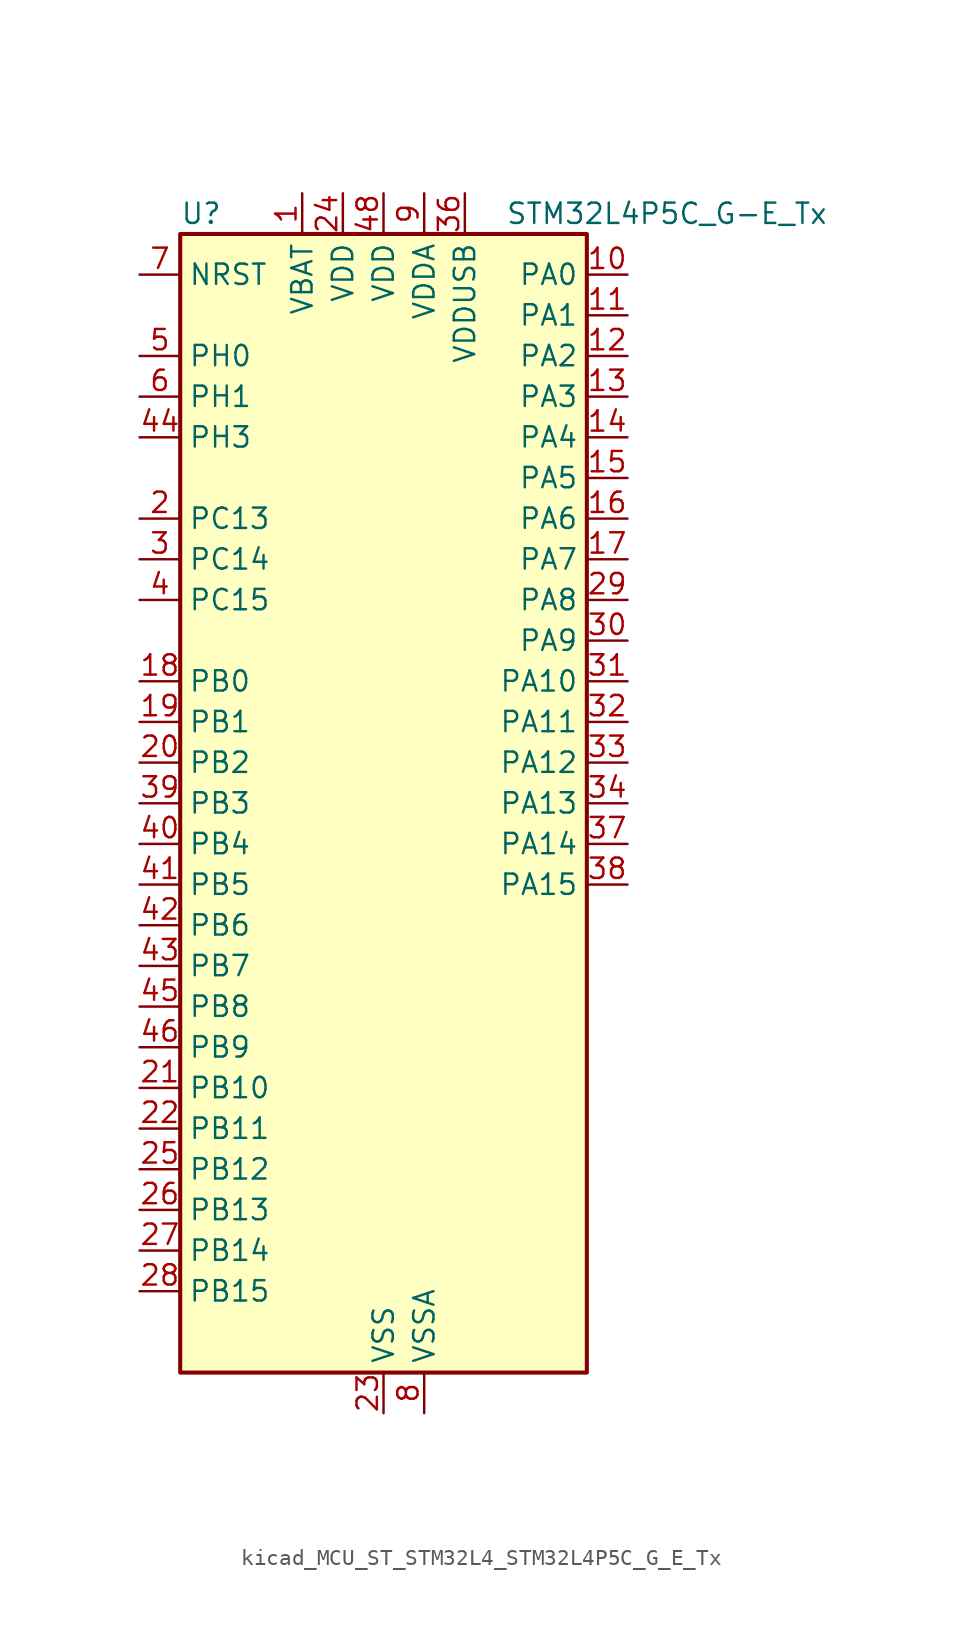
<source format=kicad_sym>
(kicad_symbol_lib
  (version 20220914)
  (generator kicad_symbol_editor)
  (symbol "kicad_MCU_ST_STM32L4_STM32L4P5C_G_E_Tx"
    (property "Reference" "U"
      (at -12.7 36.83 0)
      (effects (font (size 1.27 1.27)) (justify left)))
    (property "Value" "STM32L4P5C_G-E_Tx"
      (at 7.62 36.83 0)
      (effects (font (size 1.27 1.27)) (justify left)))
    (property "ki_locked" ""
      (at 0 0 0)
      (effects (font (size 1.27 1.27))))
    (symbol "kicad_MCU_ST_STM32L4_STM32L4P5C_G_E_Tx_0_1"
      (rectangle (start -12.7 -35.56) (end 12.7 35.56) (stroke (width 0.254) (type default)) (fill (type background))))
    (symbol "kicad_MCU_ST_STM32L4_STM32L4P5C_G_E_Tx_1_1"
      (pin power_in line (at -5.08 38.1 270) (length 2.54) (name "VBAT" (effects (font (size 1.27 1.27)))) (number "1" (effects (font (size 1.27 1.27)))))
      (pin bidirectional line (at 15.24 33.02 180) (length 2.54) (name "PA0" (effects (font (size 1.27 1.27)))) (number "10" (effects (font (size 1.27 1.27)))) (alternate "ADC1_IN5" bidirectional line) (alternate "ADC2_IN5" bidirectional line) (alternate "OPAMP1_VINP" bidirectional line) (alternate "RTC_TAMP2" bidirectional line) (alternate "SAI1_EXTCLK" bidirectional line) (alternate "SYS_WKUP1" bidirectional line) (alternate "TIM2_CH1" bidirectional line) (alternate "TIM2_ETR" bidirectional line) (alternate "TIM5_CH1" bidirectional line) (alternate "TIM8_ETR" bidirectional line) (alternate "UART4_TX" bidirectional line) (alternate "USART2_CTS" bidirectional line) (alternate "USART2_NSS" bidirectional line))
      (pin bidirectional line (at 15.24 30.48 180) (length 2.54) (name "PA1" (effects (font (size 1.27 1.27)))) (number "11" (effects (font (size 1.27 1.27)))) (alternate "ADC1_IN6" bidirectional line) (alternate "ADC2_IN6" bidirectional line) (alternate "I2C1_SMBA" bidirectional line) (alternate "OCTOSPIM_P1_DQS" bidirectional line) (alternate "OPAMP1_VINM" bidirectional line) (alternate "SDMMC2_CMD" bidirectional line) (alternate "SPI1_SCK" bidirectional line) (alternate "TIM15_CH1N" bidirectional line) (alternate "TIM2_CH2" bidirectional line) (alternate "TIM5_CH2" bidirectional line) (alternate "UART4_RX" bidirectional line) (alternate "USART2_DE" bidirectional line) (alternate "USART2_RTS" bidirectional line))
      (pin bidirectional line (at 15.24 27.94 180) (length 2.54) (name "PA2" (effects (font (size 1.27 1.27)))) (number "12" (effects (font (size 1.27 1.27)))) (alternate "ADC1_IN7" bidirectional line) (alternate "ADC2_IN7" bidirectional line) (alternate "LPUART1_TX" bidirectional line) (alternate "OCTOSPIM_P1_NCS" bidirectional line) (alternate "RCC_LSCO" bidirectional line) (alternate "SAI2_EXTCLK" bidirectional line) (alternate "SYS_WKUP4" bidirectional line) (alternate "TIM15_CH1" bidirectional line) (alternate "TIM2_CH3" bidirectional line) (alternate "TIM5_CH3" bidirectional line) (alternate "USART2_TX" bidirectional line))
      (pin bidirectional line (at 15.24 25.4 180) (length 2.54) (name "PA3" (effects (font (size 1.27 1.27)))) (number "13" (effects (font (size 1.27 1.27)))) (alternate "ADC1_IN8" bidirectional line) (alternate "ADC2_IN8" bidirectional line) (alternate "LPUART1_RX" bidirectional line) (alternate "OCTOSPIM_P1_CLK" bidirectional line) (alternate "OPAMP1_VOUT" bidirectional line) (alternate "SAI1_CK1" bidirectional line) (alternate "SAI1_MCLK_A" bidirectional line) (alternate "TIM15_CH2" bidirectional line) (alternate "TIM2_CH4" bidirectional line) (alternate "TIM5_CH4" bidirectional line) (alternate "USART2_RX" bidirectional line))
      (pin bidirectional line (at 15.24 22.86 180) (length 2.54) (name "PA4" (effects (font (size 1.27 1.27)))) (number "14" (effects (font (size 1.27 1.27)))) (alternate "ADC1_IN9" bidirectional line) (alternate "ADC2_IN9" bidirectional line) (alternate "DAC1_OUT1" bidirectional line) (alternate "LPTIM2_OUT" bidirectional line) (alternate "LTDC_CLK" bidirectional line) (alternate "OCTOSPIM_P1_NCS" bidirectional line) (alternate "SAI1_FS_B" bidirectional line) (alternate "SPI1_NSS" bidirectional line) (alternate "SPI3_NSS" bidirectional line) (alternate "USART2_CK" bidirectional line))
      (pin bidirectional line (at 15.24 20.32 180) (length 2.54) (name "PA5" (effects (font (size 1.27 1.27)))) (number "15" (effects (font (size 1.27 1.27)))) (alternate "ADC1_IN10" bidirectional line) (alternate "ADC2_IN10" bidirectional line) (alternate "DAC1_OUT2" bidirectional line) (alternate "LPTIM2_ETR" bidirectional line) (alternate "LTDC_R7" bidirectional line) (alternate "SPI1_SCK" bidirectional line) (alternate "TIM2_CH1" bidirectional line) (alternate "TIM2_ETR" bidirectional line) (alternate "TIM8_CH1N" bidirectional line))
      (pin bidirectional line (at 15.24 17.78 180) (length 2.54) (name "PA6" (effects (font (size 1.27 1.27)))) (number "16" (effects (font (size 1.27 1.27)))) (alternate "ADC1_IN11" bidirectional line) (alternate "ADC2_IN11" bidirectional line) (alternate "LPUART1_CTS" bidirectional line) (alternate "OCTOSPIM_P1_IO3" bidirectional line) (alternate "OPAMP2_VINP" bidirectional line) (alternate "SPI1_MISO" bidirectional line) (alternate "TIM16_CH1" bidirectional line) (alternate "TIM1_BKIN" bidirectional line) (alternate "TIM3_CH1" bidirectional line) (alternate "TIM8_BKIN" bidirectional line) (alternate "USART3_CTS" bidirectional line) (alternate "USART3_NSS" bidirectional line))
      (pin bidirectional line (at 15.24 15.24 180) (length 2.54) (name "PA7" (effects (font (size 1.27 1.27)))) (number "17" (effects (font (size 1.27 1.27)))) (alternate "ADC1_IN12" bidirectional line) (alternate "ADC2_IN12" bidirectional line) (alternate "I2C3_SCL" bidirectional line) (alternate "OCTOSPIM_P1_IO2" bidirectional line) (alternate "OPAMP2_VINM" bidirectional line) (alternate "SPI1_MOSI" bidirectional line) (alternate "TIM17_CH1" bidirectional line) (alternate "TIM1_CH1N" bidirectional line) (alternate "TIM3_CH2" bidirectional line) (alternate "TIM8_CH1N" bidirectional line))
      (pin bidirectional line (at -15.24 7.62 0) (length 2.54) (name "PB0" (effects (font (size 1.27 1.27)))) (number "18" (effects (font (size 1.27 1.27)))) (alternate "ADC1_IN15" bidirectional line) (alternate "ADC2_IN15" bidirectional line) (alternate "COMP1_OUT" bidirectional line) (alternate "LTDC_B6" bidirectional line) (alternate "OCTOSPIM_P1_IO1" bidirectional line) (alternate "OPAMP2_VOUT" bidirectional line) (alternate "SAI1_EXTCLK" bidirectional line) (alternate "SPI1_NSS" bidirectional line) (alternate "TIM1_CH2N" bidirectional line) (alternate "TIM3_CH3" bidirectional line) (alternate "TIM8_CH2N" bidirectional line) (alternate "USART3_CK" bidirectional line))
      (pin bidirectional line (at -15.24 5.08 0) (length 2.54) (name "PB1" (effects (font (size 1.27 1.27)))) (number "19" (effects (font (size 1.27 1.27)))) (alternate "ADC1_IN16" bidirectional line) (alternate "ADC2_IN16" bidirectional line) (alternate "COMP1_INM" bidirectional line) (alternate "DFSDM1_DATIN0" bidirectional line) (alternate "LPTIM2_IN1" bidirectional line) (alternate "LPUART1_DE" bidirectional line) (alternate "LPUART1_RTS" bidirectional line) (alternate "LTDC_G6" bidirectional line) (alternate "OCTOSPIM_P1_IO0" bidirectional line) (alternate "TIM1_CH3N" bidirectional line) (alternate "TIM3_CH4" bidirectional line) (alternate "TIM8_CH3N" bidirectional line) (alternate "USART3_DE" bidirectional line) (alternate "USART3_RTS" bidirectional line))
      (pin bidirectional line (at -15.24 17.78 0) (length 2.54) (name "PC13" (effects (font (size 1.27 1.27)))) (number "2" (effects (font (size 1.27 1.27)))) (alternate "RTC_OUT1" bidirectional line) (alternate "RTC_TAMP1" bidirectional line) (alternate "RTC_TS" bidirectional line) (alternate "SYS_WKUP2" bidirectional line))
      (pin bidirectional line (at -15.24 2.54 0) (length 2.54) (name "PB2" (effects (font (size 1.27 1.27)))) (number "20" (effects (font (size 1.27 1.27)))) (alternate "COMP1_INP" bidirectional line) (alternate "DFSDM1_CKIN0" bidirectional line) (alternate "I2C3_SMBA" bidirectional line) (alternate "LPTIM1_OUT" bidirectional line) (alternate "OCTOSPIM_P1_DQS" bidirectional line) (alternate "RTC_OUT2" bidirectional line))
      (pin bidirectional line (at -15.24 -17.78 0) (length 2.54) (name "PB10" (effects (font (size 1.27 1.27)))) (number "21" (effects (font (size 1.27 1.27)))) (alternate "COMP1_OUT" bidirectional line) (alternate "I2C2_SCL" bidirectional line) (alternate "I2C4_SCL" bidirectional line) (alternate "LPUART1_RX" bidirectional line) (alternate "OCTOSPIM_P1_CLK" bidirectional line) (alternate "OCTOSPIM_P1_IO3" bidirectional line) (alternate "SAI1_SCK_A" bidirectional line) (alternate "SPI2_SCK" bidirectional line) (alternate "TIM2_CH3" bidirectional line) (alternate "TSC_SYNC" bidirectional line) (alternate "USART3_TX" bidirectional line))
      (pin bidirectional line (at -15.24 -20.32 0) (length 2.54) (name "PB11" (effects (font (size 1.27 1.27)))) (number "22" (effects (font (size 1.27 1.27)))) (alternate "ADC1_EXTI11" bidirectional line) (alternate "ADC2_EXTI11" bidirectional line) (alternate "COMP2_OUT" bidirectional line) (alternate "I2C2_SDA" bidirectional line) (alternate "I2C4_SDA" bidirectional line) (alternate "LPUART1_TX" bidirectional line) (alternate "LTDC_VSYNC" bidirectional line) (alternate "OCTOSPIM_P1_NCS" bidirectional line) (alternate "TIM2_CH4" bidirectional line) (alternate "USART3_RX" bidirectional line))
      (pin power_in line (at 0 -38.1 90) (length 2.54) (name "VSS" (effects (font (size 1.27 1.27)))) (number "23" (effects (font (size 1.27 1.27)))))
      (pin power_in line (at -2.54 38.1 270) (length 2.54) (name "VDD" (effects (font (size 1.27 1.27)))) (number "24" (effects (font (size 1.27 1.27)))))
      (pin bidirectional line (at -15.24 -22.86 0) (length 2.54) (name "PB12" (effects (font (size 1.27 1.27)))) (number "25" (effects (font (size 1.27 1.27)))) (alternate "DFSDM1_DATIN1" bidirectional line) (alternate "I2C2_SMBA" bidirectional line) (alternate "LPUART1_DE" bidirectional line) (alternate "LPUART1_RTS" bidirectional line) (alternate "OCTOSPIM_P1_NCLK" bidirectional line) (alternate "SAI2_FS_A" bidirectional line) (alternate "SDMMC2_CK" bidirectional line) (alternate "SPI2_NSS" bidirectional line) (alternate "TIM15_BKIN" bidirectional line) (alternate "TIM1_BKIN" bidirectional line) (alternate "TSC_G1_IO1" bidirectional line) (alternate "USART3_CK" bidirectional line))
      (pin bidirectional line (at -15.24 -25.4 0) (length 2.54) (name "PB13" (effects (font (size 1.27 1.27)))) (number "26" (effects (font (size 1.27 1.27)))) (alternate "DFSDM1_CKIN1" bidirectional line) (alternate "I2C2_SCL" bidirectional line) (alternate "LPUART1_CTS" bidirectional line) (alternate "OCTOSPIM_P1_IO1" bidirectional line) (alternate "SAI2_SCK_A" bidirectional line) (alternate "SPI2_SCK" bidirectional line) (alternate "TIM15_CH1N" bidirectional line) (alternate "TIM1_CH1N" bidirectional line) (alternate "TSC_G1_IO2" bidirectional line) (alternate "USART3_CTS" bidirectional line) (alternate "USART3_NSS" bidirectional line))
      (pin bidirectional line (at -15.24 -27.94 0) (length 2.54) (name "PB14" (effects (font (size 1.27 1.27)))) (number "27" (effects (font (size 1.27 1.27)))) (alternate "DFSDM1_DATIN2" bidirectional line) (alternate "I2C2_SDA" bidirectional line) (alternate "OCTOSPIM_P1_IO6" bidirectional line) (alternate "SAI2_MCLK_A" bidirectional line) (alternate "SDMMC2_D0" bidirectional line) (alternate "SPI2_MISO" bidirectional line) (alternate "TIM15_CH1" bidirectional line) (alternate "TIM1_CH2N" bidirectional line) (alternate "TIM8_CH2N" bidirectional line) (alternate "TSC_G1_IO3" bidirectional line) (alternate "USART3_DE" bidirectional line) (alternate "USART3_RTS" bidirectional line))
      (pin bidirectional line (at -15.24 -30.48 0) (length 2.54) (name "PB15" (effects (font (size 1.27 1.27)))) (number "28" (effects (font (size 1.27 1.27)))) (alternate "ADC1_EXTI15" bidirectional line) (alternate "ADC2_EXTI15" bidirectional line) (alternate "DFSDM1_CKIN2" bidirectional line) (alternate "OCTOSPIM_P1_IO7" bidirectional line) (alternate "RTC_REFIN" bidirectional line) (alternate "SAI2_SD_A" bidirectional line) (alternate "SDMMC2_D1" bidirectional line) (alternate "SPI2_MOSI" bidirectional line) (alternate "TIM15_CH2" bidirectional line) (alternate "TIM1_CH3N" bidirectional line) (alternate "TIM8_CH3N" bidirectional line) (alternate "TSC_G1_IO4" bidirectional line))
      (pin bidirectional line (at 15.24 12.7 180) (length 2.54) (name "PA8" (effects (font (size 1.27 1.27)))) (number "29" (effects (font (size 1.27 1.27)))) (alternate "LPTIM2_OUT" bidirectional line) (alternate "LTDC_B7" bidirectional line) (alternate "RCC_MCO" bidirectional line) (alternate "SAI1_CK2" bidirectional line) (alternate "SAI1_SCK_A" bidirectional line) (alternate "TIM1_CH1" bidirectional line) (alternate "USART1_CK" bidirectional line) (alternate "USB_OTG_FS_SOF" bidirectional line))
      (pin bidirectional line (at -15.24 15.24 0) (length 2.54) (name "PC14" (effects (font (size 1.27 1.27)))) (number "3" (effects (font (size 1.27 1.27)))) (alternate "RCC_OSC32_IN" bidirectional line))
      (pin bidirectional line (at 15.24 10.16 180) (length 2.54) (name "PA9" (effects (font (size 1.27 1.27)))) (number "30" (effects (font (size 1.27 1.27)))) (alternate "DAC1_EXTI9" bidirectional line) (alternate "LTDC_G7" bidirectional line) (alternate "SAI1_FS_A" bidirectional line) (alternate "SPI2_SCK" bidirectional line) (alternate "TIM15_BKIN" bidirectional line) (alternate "TIM1_CH2" bidirectional line) (alternate "USART1_TX" bidirectional line) (alternate "USB_OTG_FS_VBUS" bidirectional line))
      (pin bidirectional line (at 15.24 7.62 180) (length 2.54) (name "PA10" (effects (font (size 1.27 1.27)))) (number "31" (effects (font (size 1.27 1.27)))) (alternate "LTDC_G6" bidirectional line) (alternate "SAI1_D1" bidirectional line) (alternate "SAI1_SD_A" bidirectional line) (alternate "TIM17_BKIN" bidirectional line) (alternate "TIM1_CH3" bidirectional line) (alternate "USART1_RX" bidirectional line) (alternate "USB_OTG_FS_ID" bidirectional line))
      (pin bidirectional line (at 15.24 5.08 180) (length 2.54) (name "PA11" (effects (font (size 1.27 1.27)))) (number "32" (effects (font (size 1.27 1.27)))) (alternate "ADC1_EXTI11" bidirectional line) (alternate "ADC2_EXTI11" bidirectional line) (alternate "CAN1_RX" bidirectional line) (alternate "LTDC_DE" bidirectional line) (alternate "SPI1_MISO" bidirectional line) (alternate "TIM1_BKIN2" bidirectional line) (alternate "TIM1_CH4" bidirectional line) (alternate "USART1_CTS" bidirectional line) (alternate "USART1_NSS" bidirectional line) (alternate "USB_OTG_FS_DM" bidirectional line))
      (pin bidirectional line (at 15.24 2.54 180) (length 2.54) (name "PA12" (effects (font (size 1.27 1.27)))) (number "33" (effects (font (size 1.27 1.27)))) (alternate "CAN1_TX" bidirectional line) (alternate "LTDC_VSYNC" bidirectional line) (alternate "OCTOSPIM_P2_NCS" bidirectional line) (alternate "SPI1_MOSI" bidirectional line) (alternate "TIM1_ETR" bidirectional line) (alternate "USART1_DE" bidirectional line) (alternate "USART1_RTS" bidirectional line) (alternate "USB_OTG_FS_DP" bidirectional line))
      (pin bidirectional line (at 15.24 0 180) (length 2.54) (name "PA13" (effects (font (size 1.27 1.27)))) (number "34" (effects (font (size 1.27 1.27)))) (alternate "IR_OUT" bidirectional line) (alternate "SAI1_SD_B" bidirectional line) (alternate "SYS_JTMS-SWDIO" bidirectional line) (alternate "USB_OTG_FS_NOE" bidirectional line))
      (pin passive line (at 0 -38.1 90) (length 2.54) hide (name "VSS" (effects (font (size 1.27 1.27)))) (number "35" (effects (font (size 1.27 1.27)))))
      (pin power_in line (at 5.08 38.1 270) (length 2.54) (name "VDDUSB" (effects (font (size 1.27 1.27)))) (number "36" (effects (font (size 1.27 1.27)))))
      (pin bidirectional line (at 15.24 -2.54 180) (length 2.54) (name "PA14" (effects (font (size 1.27 1.27)))) (number "37" (effects (font (size 1.27 1.27)))) (alternate "I2C1_SMBA" bidirectional line) (alternate "I2C4_SMBA" bidirectional line) (alternate "LPTIM1_OUT" bidirectional line) (alternate "SAI1_FS_B" bidirectional line) (alternate "SYS_JTCK-SWCLK" bidirectional line) (alternate "USB_OTG_FS_SOF" bidirectional line))
      (pin bidirectional line (at 15.24 -5.08 180) (length 2.54) (name "PA15" (effects (font (size 1.27 1.27)))) (number "38" (effects (font (size 1.27 1.27)))) (alternate "ADC1_EXTI15" bidirectional line) (alternate "ADC2_EXTI15" bidirectional line) (alternate "LTDC_HSYNC" bidirectional line) (alternate "SAI2_FS_B" bidirectional line) (alternate "SPI1_NSS" bidirectional line) (alternate "SPI3_NSS" bidirectional line) (alternate "SYS_JTDI" bidirectional line) (alternate "TIM2_CH1" bidirectional line) (alternate "TIM2_ETR" bidirectional line) (alternate "TSC_G3_IO1" bidirectional line) (alternate "UART4_DE" bidirectional line) (alternate "UART4_RTS" bidirectional line) (alternate "USART2_RX" bidirectional line) (alternate "USART3_DE" bidirectional line) (alternate "USART3_RTS" bidirectional line))
      (pin bidirectional line (at -15.24 0 0) (length 2.54) (name "PB3" (effects (font (size 1.27 1.27)))) (number "39" (effects (font (size 1.27 1.27)))) (alternate "COMP2_INM" bidirectional line) (alternate "CRS_SYNC" bidirectional line) (alternate "OCTOSPIM_P1_IO4" bidirectional line) (alternate "SAI1_SCK_B" bidirectional line) (alternate "SDMMC2_D2" bidirectional line) (alternate "SPI1_SCK" bidirectional line) (alternate "SPI3_SCK" bidirectional line) (alternate "SYS_JTDO-SWO" bidirectional line) (alternate "TIM2_CH2" bidirectional line) (alternate "USART1_DE" bidirectional line) (alternate "USART1_RTS" bidirectional line))
      (pin bidirectional line (at -15.24 12.7 0) (length 2.54) (name "PC15" (effects (font (size 1.27 1.27)))) (number "4" (effects (font (size 1.27 1.27)))) (alternate "ADC1_EXTI15" bidirectional line) (alternate "ADC2_EXTI15" bidirectional line) (alternate "RCC_OSC32_OUT" bidirectional line))
      (pin bidirectional line (at -15.24 -2.54 0) (length 2.54) (name "PB4" (effects (font (size 1.27 1.27)))) (number "40" (effects (font (size 1.27 1.27)))) (alternate "COMP2_INP" bidirectional line) (alternate "I2C3_SDA" bidirectional line) (alternate "OCTOSPIM_P1_IO5" bidirectional line) (alternate "SAI1_MCLK_B" bidirectional line) (alternate "SDMMC2_D3" bidirectional line) (alternate "SPI1_MISO" bidirectional line) (alternate "SPI3_MISO" bidirectional line) (alternate "SYS_JTRST" bidirectional line) (alternate "TIM17_BKIN" bidirectional line) (alternate "TIM3_CH1" bidirectional line) (alternate "TSC_G2_IO1" bidirectional line) (alternate "USART1_CTS" bidirectional line) (alternate "USART1_NSS" bidirectional line))
      (pin bidirectional line (at -15.24 -5.08 0) (length 2.54) (name "PB5" (effects (font (size 1.27 1.27)))) (number "41" (effects (font (size 1.27 1.27)))) (alternate "COMP2_OUT" bidirectional line) (alternate "I2C1_SMBA" bidirectional line) (alternate "LPTIM1_IN1" bidirectional line) (alternate "OCTOSPIM_P1_IO0" bidirectional line) (alternate "SAI1_SD_B" bidirectional line) (alternate "SPI1_MOSI" bidirectional line) (alternate "SPI3_MOSI" bidirectional line) (alternate "TIM16_BKIN" bidirectional line) (alternate "TIM3_CH2" bidirectional line) (alternate "TSC_G2_IO2" bidirectional line) (alternate "USART1_CK" bidirectional line))
      (pin bidirectional line (at -15.24 -7.62 0) (length 2.54) (name "PB6" (effects (font (size 1.27 1.27)))) (number "42" (effects (font (size 1.27 1.27)))) (alternate "COMP2_INP" bidirectional line) (alternate "I2C1_SCL" bidirectional line) (alternate "I2C4_SCL" bidirectional line) (alternate "LPTIM1_ETR" bidirectional line) (alternate "LTDC_R6" bidirectional line) (alternate "SAI1_FS_B" bidirectional line) (alternate "TIM16_CH1N" bidirectional line) (alternate "TIM4_CH1" bidirectional line) (alternate "TIM8_BKIN2" bidirectional line) (alternate "TSC_G2_IO3" bidirectional line) (alternate "USART1_TX" bidirectional line))
      (pin bidirectional line (at -15.24 -10.16 0) (length 2.54) (name "PB7" (effects (font (size 1.27 1.27)))) (number "43" (effects (font (size 1.27 1.27)))) (alternate "COMP2_INM" bidirectional line) (alternate "I2C1_SDA" bidirectional line) (alternate "I2C4_SDA" bidirectional line) (alternate "LPTIM1_IN2" bidirectional line) (alternate "LTDC_VSYNC" bidirectional line) (alternate "SYS_PVD_IN" bidirectional line) (alternate "TIM17_CH1N" bidirectional line) (alternate "TIM4_CH2" bidirectional line) (alternate "TIM8_BKIN" bidirectional line) (alternate "TSC_G2_IO4" bidirectional line) (alternate "UART4_CTS" bidirectional line) (alternate "USART1_RX" bidirectional line))
      (pin bidirectional line (at -15.24 22.86 0) (length 2.54) (name "PH3" (effects (font (size 1.27 1.27)))) (number "44" (effects (font (size 1.27 1.27)))))
      (pin bidirectional line (at -15.24 -12.7 0) (length 2.54) (name "PB8" (effects (font (size 1.27 1.27)))) (number "45" (effects (font (size 1.27 1.27)))) (alternate "CAN1_RX" bidirectional line) (alternate "DFSDM1_CKOUT" bidirectional line) (alternate "I2C1_SCL" bidirectional line) (alternate "LTDC_DE" bidirectional line) (alternate "SAI1_CK1" bidirectional line) (alternate "SAI1_MCLK_A" bidirectional line) (alternate "SDMMC2_D4" bidirectional line) (alternate "TIM16_CH1" bidirectional line) (alternate "TIM4_CH3" bidirectional line))
      (pin bidirectional line (at -15.24 -15.24 0) (length 2.54) (name "PB9" (effects (font (size 1.27 1.27)))) (number "46" (effects (font (size 1.27 1.27)))) (alternate "CAN1_TX" bidirectional line) (alternate "DAC1_EXTI9" bidirectional line) (alternate "I2C1_SDA" bidirectional line) (alternate "IR_OUT" bidirectional line) (alternate "SAI1_D2" bidirectional line) (alternate "SAI1_FS_A" bidirectional line) (alternate "SDMMC2_D5" bidirectional line) (alternate "SPI2_NSS" bidirectional line) (alternate "TIM17_CH1" bidirectional line) (alternate "TIM4_CH4" bidirectional line))
      (pin passive line (at 0 -38.1 90) (length 2.54) hide (name "VSS" (effects (font (size 1.27 1.27)))) (number "47" (effects (font (size 1.27 1.27)))))
      (pin power_in line (at 0 38.1 270) (length 2.54) (name "VDD" (effects (font (size 1.27 1.27)))) (number "48" (effects (font (size 1.27 1.27)))))
      (pin bidirectional line (at -15.24 27.94 0) (length 2.54) (name "PH0" (effects (font (size 1.27 1.27)))) (number "5" (effects (font (size 1.27 1.27)))) (alternate "RCC_OSC_IN" bidirectional line))
      (pin bidirectional line (at -15.24 25.4 0) (length 2.54) (name "PH1" (effects (font (size 1.27 1.27)))) (number "6" (effects (font (size 1.27 1.27)))) (alternate "RCC_OSC_OUT" bidirectional line))
      (pin input line (at -15.24 33.02 0) (length 2.54) (name "NRST" (effects (font (size 1.27 1.27)))) (number "7" (effects (font (size 1.27 1.27)))))
      (pin power_in line (at 2.54 -38.1 90) (length 2.54) (name "VSSA" (effects (font (size 1.27 1.27)))) (number "8" (effects (font (size 1.27 1.27)))))
      (pin power_in line (at 2.54 38.1 270) (length 2.54) (name "VDDA" (effects (font (size 1.27 1.27)))) (number "9" (effects (font (size 1.27 1.27))))))))
</source>
